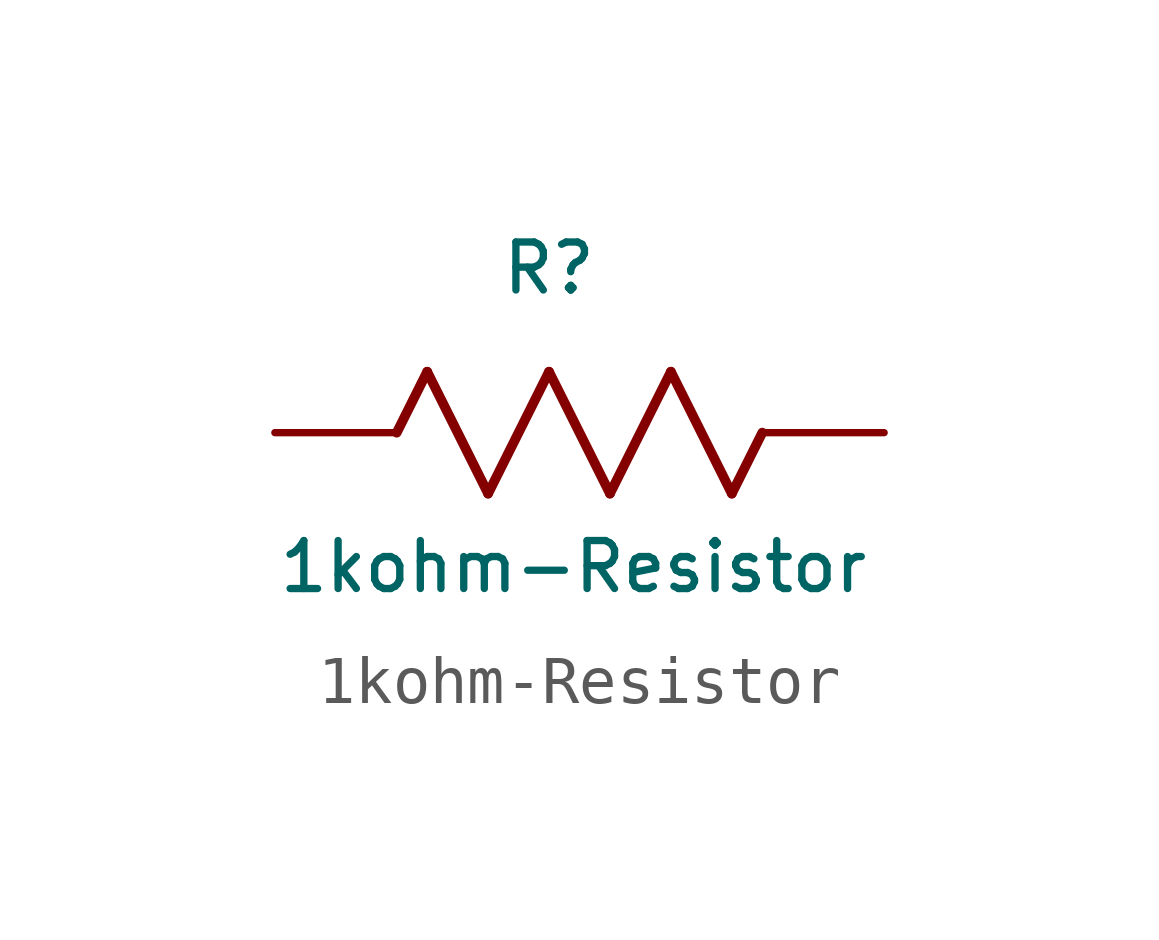
<source format=kicad_sym>
(kicad_symbol_lib
  (version 20220914)
  (generator kicad_symbol_editor)
  (symbol "1kohm-Resistor"
    (pin_numbers hide)
    (pin_names
      (offset -2.54) hide)
    (property "Reference" "R"
      (at 5.715 3.429 0)
      (effects (font (size 1 1))))
    (property "Value" "1kohm-Resistor"
      (at 6.223 -2.794 0)
      (effects (font (size 1 1))))
    (property "Datasheet" ""
      (at 0 0 0)
      (effects (font (size 1.524 1.524))))
    (symbol "1kohm-Resistor_1_1"
      (polyline (pts (xy 2.54 0) (xy 3.175 1.27)) (stroke (width 0.203) (type solid)) (fill (type none)))
      (polyline (pts (xy 3.175 1.27) (xy 4.445 -1.27)) (stroke (width 0.203) (type solid)) (fill (type none)))
      (polyline (pts (xy 4.445 -1.27) (xy 5.715 1.27)) (stroke (width 0.203) (type solid)) (fill (type none)))
      (polyline (pts (xy 5.715 1.27) (xy 6.985 -1.27)) (stroke (width 0.203) (type solid)) (fill (type none)))
      (polyline (pts (xy 6.985 -1.27) (xy 8.255 1.27)) (stroke (width 0.203) (type solid)) (fill (type none)))
      (polyline (pts (xy 8.255 1.27) (xy 9.525 -1.27)) (stroke (width 0.203) (type solid)) (fill (type none)))
      (polyline (pts (xy 9.525 -1.27) (xy 10.16 0)) (stroke (width 0.203) (type solid)) (fill (type none)))
      (pin unspecified line (at 0 0 0) (length 2.54) (name "1" (effects (font (size 1.499 1.499)))) (number "1" (effects (font (size 1.499 1.499)))))
      (pin unspecified line (at 12.7 0 180) (length 2.54) (name "2" (effects (font (size 1.499 1.499)))) (number "2" (effects (font (size 1.499 1.499))))))))
</source>
